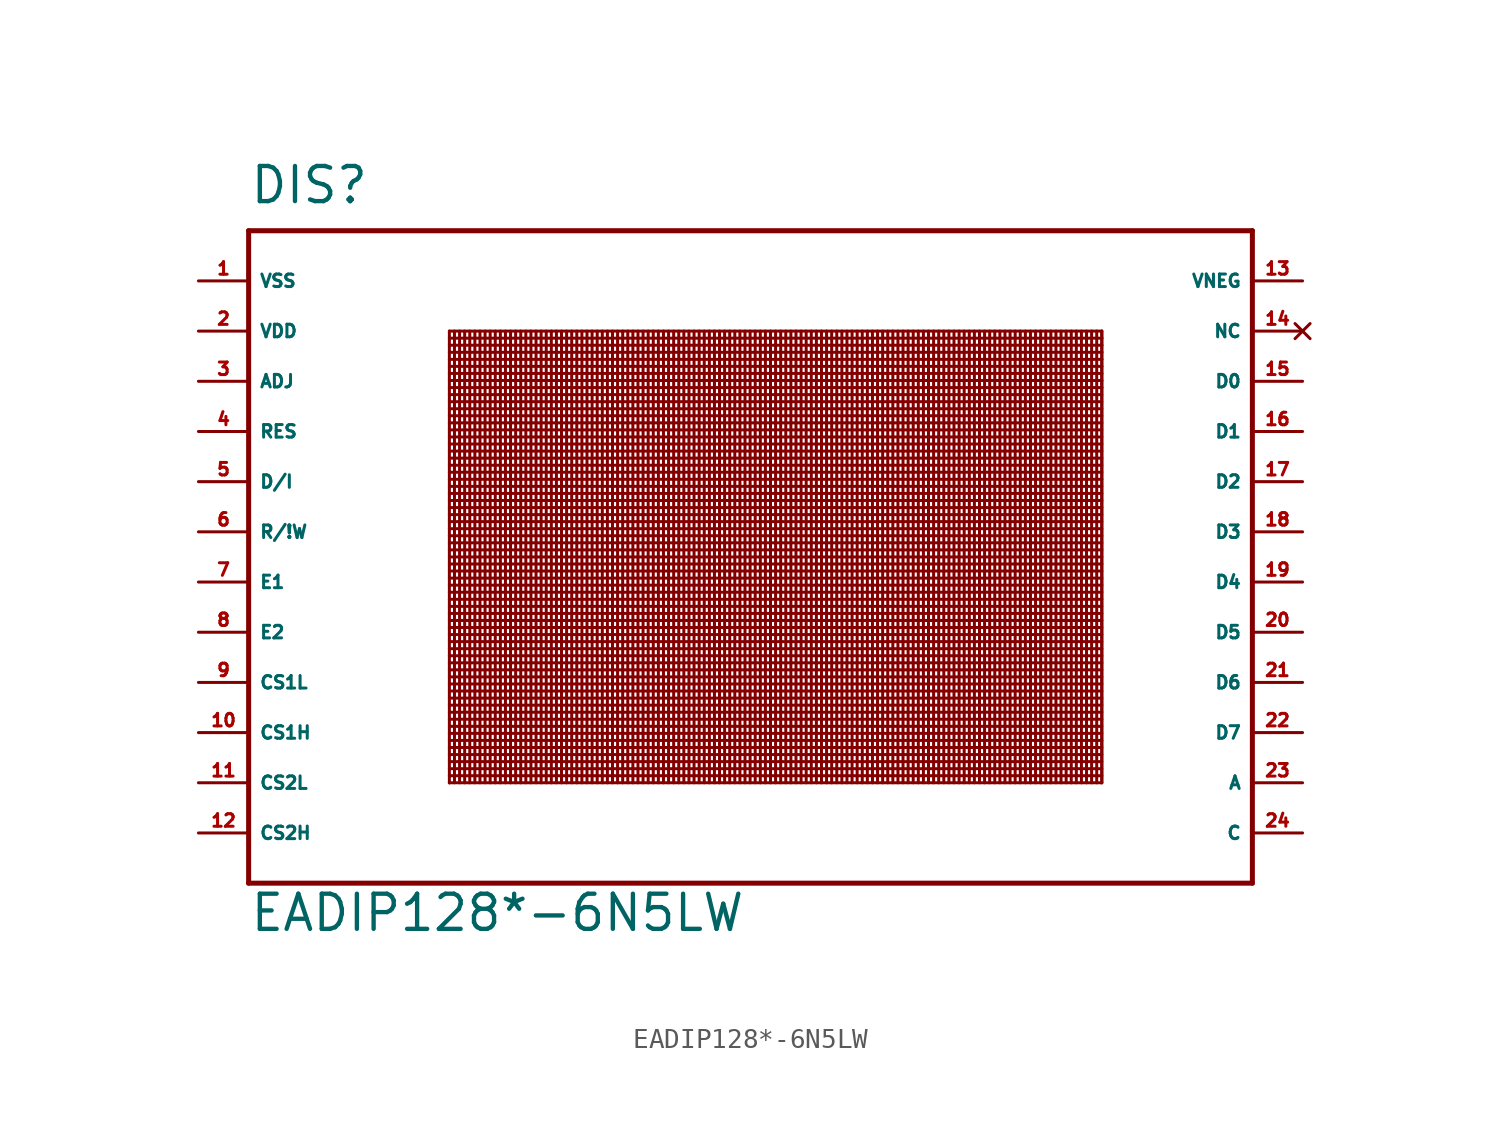
<source format=kicad_sym>
(kicad_symbol_lib
  (version 20220914)
  (generator Eagle2Kicad)
  (symbol "EADIP128*-6N5LW"
    (property "Reference" "DIS"
      (at -25.4 16.51 0)
      (effects (font (size 1.778 1.778) (thickness 0.22)) (justify left bottom)))
    (property "Value" "EADIP128*-6N5LW"
      (at -25.4 -20.32 0)
      (effects (font (size 1.778 1.778) (thickness 0.22)) (justify left bottom)))
    (polyline
      (pts (xy -25.4 15.24) (xy 25.4 15.24))
      (stroke (width 0.254) (type default))
      (fill (type none)))
    (polyline
      (pts (xy 25.4 15.24) (xy 25.4 -17.78))
      (stroke (width 0.254) (type default))
      (fill (type none)))
    (polyline
      (pts (xy 25.4 -17.78) (xy -25.4 -17.78))
      (stroke (width 0.254) (type default))
      (fill (type none)))
    (polyline
      (pts (xy -25.4 -17.78) (xy -25.4 15.24))
      (stroke (width 0.254) (type default))
      (fill (type none)))
    (polyline
      (pts (xy -15.24 10.16) (xy 17.78 10.16))
      (stroke (width 0) (type default))
      (fill (type none)))
    (polyline
      (pts (xy 17.78 10.16) (xy 17.78 9.803))
      (stroke (width 0) (type default))
      (fill (type none)))
    (polyline
      (pts (xy 17.78 9.803) (xy 17.78 9.446))
      (stroke (width 0) (type default))
      (fill (type none)))
    (polyline
      (pts (xy 17.78 9.446) (xy 17.78 9.088))
      (stroke (width 0) (type default))
      (fill (type none)))
    (polyline
      (pts (xy 17.78 9.088) (xy 17.78 8.731))
      (stroke (width 0) (type default))
      (fill (type none)))
    (polyline
      (pts (xy 17.78 8.731) (xy 17.78 8.374))
      (stroke (width 0) (type default))
      (fill (type none)))
    (polyline
      (pts (xy 17.78 8.374) (xy 17.78 8.017))
      (stroke (width 0) (type default))
      (fill (type none)))
    (polyline
      (pts (xy 17.78 8.017) (xy 17.78 7.66))
      (stroke (width 0) (type default))
      (fill (type none)))
    (polyline
      (pts (xy 17.78 7.66) (xy 17.78 7.303))
      (stroke (width 0) (type default))
      (fill (type none)))
    (polyline
      (pts (xy 17.78 -12.7) (xy -15.24 -12.7))
      (stroke (width 0) (type default))
      (fill (type none)))
    (polyline
      (pts (xy -15.24 9.803) (xy 17.78 9.803))
      (stroke (width 0) (type default))
      (fill (type none)))
    (polyline
      (pts (xy -15.24 9.446) (xy 17.78 9.446))
      (stroke (width 0) (type default))
      (fill (type none)))
    (polyline
      (pts (xy -15.24 9.088) (xy 17.78 9.088))
      (stroke (width 0) (type default))
      (fill (type none)))
    (polyline
      (pts (xy -15.24 8.731) (xy 17.78 8.731))
      (stroke (width 0) (type default))
      (fill (type none)))
    (polyline
      (pts (xy -15.24 8.374) (xy 17.78 8.374))
      (stroke (width 0) (type default))
      (fill (type none)))
    (polyline
      (pts (xy -15.24 8.017) (xy 17.78 8.017))
      (stroke (width 0) (type default))
      (fill (type none)))
    (polyline
      (pts (xy -15.24 7.66) (xy 17.78 7.66))
      (stroke (width 0) (type default))
      (fill (type none)))
    (polyline
      (pts (xy -15.24 7.303) (xy 17.78 7.303))
      (stroke (width 0) (type default))
      (fill (type none)))
    (polyline
      (pts (xy -15.24 6.945) (xy 17.78 6.945))
      (stroke (width 0) (type default))
      (fill (type none)))
    (polyline
      (pts (xy -15.24 6.588) (xy 17.78 6.588))
      (stroke (width 0) (type default))
      (fill (type none)))
    (polyline
      (pts (xy -15.24 6.231) (xy 17.78 6.231))
      (stroke (width 0) (type default))
      (fill (type none)))
    (polyline
      (pts (xy -15.24 5.874) (xy 17.78 5.874))
      (stroke (width 0) (type default))
      (fill (type none)))
    (polyline
      (pts (xy -15.24 5.516) (xy 17.78 5.516))
      (stroke (width 0) (type default))
      (fill (type none)))
    (polyline
      (pts (xy -15.24 5.159) (xy 17.78 5.159))
      (stroke (width 0) (type default))
      (fill (type none)))
    (polyline
      (pts (xy -15.24 4.802) (xy 17.78 4.802))
      (stroke (width 0) (type default))
      (fill (type none)))
    (polyline
      (pts (xy -15.24 4.445) (xy 17.78 4.445))
      (stroke (width 0) (type default))
      (fill (type none)))
    (polyline
      (pts (xy -15.24 4.088) (xy 17.78 4.088))
      (stroke (width 0) (type default))
      (fill (type none)))
    (polyline
      (pts (xy -15.24 3.731) (xy 17.78 3.731))
      (stroke (width 0) (type default))
      (fill (type none)))
    (polyline
      (pts (xy -15.24 3.373) (xy 17.78 3.373))
      (stroke (width 0) (type default))
      (fill (type none)))
    (polyline
      (pts (xy -15.24 3.016) (xy 17.78 3.016))
      (stroke (width 0) (type default))
      (fill (type none)))
    (polyline
      (pts (xy -15.24 2.659) (xy 17.78 2.659))
      (stroke (width 0) (type default))
      (fill (type none)))
    (polyline
      (pts (xy -15.24 2.302) (xy 17.78 2.302))
      (stroke (width 0) (type default))
      (fill (type none)))
    (polyline
      (pts (xy -15.24 1.945) (xy 17.78 1.945))
      (stroke (width 0) (type default))
      (fill (type none)))
    (polyline
      (pts (xy -15.24 1.587) (xy 17.78 1.587))
      (stroke (width 0) (type default))
      (fill (type none)))
    (polyline
      (pts (xy -15.24 1.23) (xy 17.78 1.23))
      (stroke (width 0) (type default))
      (fill (type none)))
    (polyline
      (pts (xy -15.24 0.873) (xy 17.78 0.873))
      (stroke (width 0) (type default))
      (fill (type none)))
    (polyline
      (pts (xy -15.24 0.516) (xy 17.78 0.516))
      (stroke (width 0) (type default))
      (fill (type none)))
    (polyline
      (pts (xy -15.24 0.159) (xy 17.78 0.159))
      (stroke (width 0) (type default))
      (fill (type none)))
    (polyline
      (pts (xy -15.24 -0.199) (xy 17.78 -0.199))
      (stroke (width 0) (type default))
      (fill (type none)))
    (polyline
      (pts (xy -15.24 -0.556) (xy 17.78 -0.556))
      (stroke (width 0) (type default))
      (fill (type none)))
    (polyline
      (pts (xy -15.24 -0.913) (xy 17.78 -0.913))
      (stroke (width 0) (type default))
      (fill (type none)))
    (polyline
      (pts (xy -15.24 -1.27) (xy 17.78 -1.27))
      (stroke (width 0) (type default))
      (fill (type none)))
    (polyline
      (pts (xy -15.24 -1.627) (xy 17.78 -1.627))
      (stroke (width 0) (type default))
      (fill (type none)))
    (polyline
      (pts (xy -15.24 -1.984) (xy 17.78 -1.984))
      (stroke (width 0) (type default))
      (fill (type none)))
    (polyline
      (pts (xy -15.24 -2.342) (xy 17.78 -2.342))
      (stroke (width 0) (type default))
      (fill (type none)))
    (polyline
      (pts (xy -15.24 -2.699) (xy 17.78 -2.699))
      (stroke (width 0) (type default))
      (fill (type none)))
    (polyline
      (pts (xy -15.24 -3.056) (xy 17.78 -3.056))
      (stroke (width 0) (type default))
      (fill (type none)))
    (polyline
      (pts (xy -15.24 -3.413) (xy 17.78 -3.413))
      (stroke (width 0) (type default))
      (fill (type none)))
    (polyline
      (pts (xy -15.24 -3.77) (xy 17.78 -3.77))
      (stroke (width 0) (type default))
      (fill (type none)))
    (polyline
      (pts (xy -15.24 -4.128) (xy 17.78 -4.128))
      (stroke (width 0) (type default))
      (fill (type none)))
    (polyline
      (pts (xy -15.24 -4.485) (xy 17.78 -4.485))
      (stroke (width 0) (type default))
      (fill (type none)))
    (polyline
      (pts (xy -15.24 -4.842) (xy 17.78 -4.842))
      (stroke (width 0) (type default))
      (fill (type none)))
    (polyline
      (pts (xy -15.24 -5.199) (xy 17.78 -5.199))
      (stroke (width 0) (type default))
      (fill (type none)))
    (polyline
      (pts (xy -15.24 -5.556) (xy 17.78 -5.556))
      (stroke (width 0) (type default))
      (fill (type none)))
    (polyline
      (pts (xy -15.24 -5.913) (xy 17.78 -5.913))
      (stroke (width 0) (type default))
      (fill (type none)))
    (polyline
      (pts (xy -15.24 -6.271) (xy 17.78 -6.271))
      (stroke (width 0) (type default))
      (fill (type none)))
    (polyline
      (pts (xy -15.24 -6.628) (xy 17.78 -6.628))
      (stroke (width 0) (type default))
      (fill (type none)))
    (polyline
      (pts (xy -15.24 -6.985) (xy 17.78 -6.985))
      (stroke (width 0) (type default))
      (fill (type none)))
    (polyline
      (pts (xy -15.24 -7.342) (xy 17.78 -7.342))
      (stroke (width 0) (type default))
      (fill (type none)))
    (polyline
      (pts (xy -15.24 -7.699) (xy 17.78 -7.699))
      (stroke (width 0) (type default))
      (fill (type none)))
    (polyline
      (pts (xy -15.24 -8.057) (xy 17.78 -8.057))
      (stroke (width 0) (type default))
      (fill (type none)))
    (polyline
      (pts (xy -15.24 -8.414) (xy 17.78 -8.414))
      (stroke (width 0) (type default))
      (fill (type none)))
    (polyline
      (pts (xy -15.24 -8.771) (xy 17.78 -8.771))
      (stroke (width 0) (type default))
      (fill (type none)))
    (polyline
      (pts (xy -15.24 -9.128) (xy 17.78 -9.128))
      (stroke (width 0) (type default))
      (fill (type none)))
    (polyline
      (pts (xy -15.24 -9.485) (xy 17.78 -9.485))
      (stroke (width 0) (type default))
      (fill (type none)))
    (polyline
      (pts (xy -15.24 -9.843) (xy 17.78 -9.843))
      (stroke (width 0) (type default))
      (fill (type none)))
    (polyline
      (pts (xy -15.24 -10.2) (xy 17.78 -10.2))
      (stroke (width 0) (type default))
      (fill (type none)))
    (polyline
      (pts (xy -15.24 -10.557) (xy 17.78 -10.557))
      (stroke (width 0) (type default))
      (fill (type none)))
    (polyline
      (pts (xy -15.24 -10.914) (xy 17.78 -10.914))
      (stroke (width 0) (type default))
      (fill (type none)))
    (polyline
      (pts (xy -15.24 -11.271) (xy 17.78 -11.271))
      (stroke (width 0) (type default))
      (fill (type none)))
    (polyline
      (pts (xy -15.24 -11.629) (xy 17.78 -11.629))
      (stroke (width 0) (type default))
      (fill (type none)))
    (polyline
      (pts (xy -15.24 -11.986) (xy 17.78 -11.986))
      (stroke (width 0) (type default))
      (fill (type none)))
    (polyline
      (pts (xy -15.24 -12.343) (xy 17.78 -12.343))
      (stroke (width 0) (type default))
      (fill (type none)))
    (polyline
      (pts (xy -15.24 -12.7) (xy -15.24 -12.7))
      (stroke (width 0) (type default))
      (fill (type none)))
    (polyline
      (pts (xy 17.78 7.303) (xy 17.78 -12.7))
      (stroke (width 0) (type default))
      (fill (type none)))
    (polyline
      (pts (xy -15.24 10.16) (xy -15.24 -12.7))
      (stroke (width 0) (type default))
      (fill (type none)))
    (polyline
      (pts (xy -14.982 10.16) (xy -14.982 -12.7))
      (stroke (width 0) (type default))
      (fill (type none)))
    (polyline
      (pts (xy -14.724 10.16) (xy -14.724 -12.7))
      (stroke (width 0) (type default))
      (fill (type none)))
    (polyline
      (pts (xy -14.466 10.16) (xy -14.466 -12.7))
      (stroke (width 0) (type default))
      (fill (type none)))
    (polyline
      (pts (xy -14.208 10.16) (xy -14.208 -12.7))
      (stroke (width 0) (type default))
      (fill (type none)))
    (polyline
      (pts (xy -13.95 10.16) (xy -13.95 -12.7))
      (stroke (width 0) (type default))
      (fill (type none)))
    (polyline
      (pts (xy -13.692 10.16) (xy -13.692 -12.7))
      (stroke (width 0) (type default))
      (fill (type none)))
    (polyline
      (pts (xy -13.434 10.16) (xy -13.434 -12.7))
      (stroke (width 0) (type default))
      (fill (type none)))
    (polyline
      (pts (xy -13.176 10.16) (xy -13.176 -12.7))
      (stroke (width 0) (type default))
      (fill (type none)))
    (polyline
      (pts (xy -12.918 10.16) (xy -12.918 -12.7))
      (stroke (width 0) (type default))
      (fill (type none)))
    (polyline
      (pts (xy -12.66 10.16) (xy -12.66 -12.7))
      (stroke (width 0) (type default))
      (fill (type none)))
    (polyline
      (pts (xy -12.402 10.16) (xy -12.402 -12.7))
      (stroke (width 0) (type default))
      (fill (type none)))
    (polyline
      (pts (xy -12.144 10.16) (xy -12.144 -12.7))
      (stroke (width 0) (type default))
      (fill (type none)))
    (polyline
      (pts (xy -11.886 10.16) (xy -11.886 -12.7))
      (stroke (width 0) (type default))
      (fill (type none)))
    (polyline
      (pts (xy -11.628 10.16) (xy -11.628 -12.7))
      (stroke (width 0) (type default))
      (fill (type none)))
    (polyline
      (pts (xy -11.37 10.16) (xy -11.37 -12.7))
      (stroke (width 0) (type default))
      (fill (type none)))
    (polyline
      (pts (xy -11.112 10.16) (xy -11.112 -12.7))
      (stroke (width 0) (type default))
      (fill (type none)))
    (polyline
      (pts (xy -10.854 10.16) (xy -10.854 -12.7))
      (stroke (width 0) (type default))
      (fill (type none)))
    (polyline
      (pts (xy -10.597 10.16) (xy -10.597 -12.7))
      (stroke (width 0) (type default))
      (fill (type none)))
    (polyline
      (pts (xy -10.338 10.16) (xy -10.338 -12.7))
      (stroke (width 0) (type default))
      (fill (type none)))
    (polyline
      (pts (xy -10.081 10.16) (xy -10.081 -12.7))
      (stroke (width 0) (type default))
      (fill (type none)))
    (polyline
      (pts (xy -9.823 10.16) (xy -9.823 -12.7))
      (stroke (width 0) (type default))
      (fill (type none)))
    (polyline
      (pts (xy -9.565 10.16) (xy -9.565 -12.7))
      (stroke (width 0) (type default))
      (fill (type none)))
    (polyline
      (pts (xy -9.307 10.16) (xy -9.307 -12.7))
      (stroke (width 0) (type default))
      (fill (type none)))
    (polyline
      (pts (xy -9.049 10.16) (xy -9.049 -12.7))
      (stroke (width 0) (type default))
      (fill (type none)))
    (polyline
      (pts (xy -8.791 10.16) (xy -8.791 -12.7))
      (stroke (width 0) (type default))
      (fill (type none)))
    (polyline
      (pts (xy -8.533 10.16) (xy -8.533 -12.7))
      (stroke (width 0) (type default))
      (fill (type none)))
    (polyline
      (pts (xy -8.275 10.16) (xy -8.275 -12.7))
      (stroke (width 0) (type default))
      (fill (type none)))
    (polyline
      (pts (xy -8.017 10.16) (xy -8.017 -12.7))
      (stroke (width 0) (type default))
      (fill (type none)))
    (polyline
      (pts (xy -7.759 10.16) (xy -7.759 -12.7))
      (stroke (width 0) (type default))
      (fill (type none)))
    (polyline
      (pts (xy -7.501 10.16) (xy -7.501 -12.7))
      (stroke (width 0) (type default))
      (fill (type none)))
    (polyline
      (pts (xy -7.243 10.16) (xy -7.243 -12.7))
      (stroke (width 0) (type default))
      (fill (type none)))
    (polyline
      (pts (xy -6.985 10.16) (xy -6.985 -12.7))
      (stroke (width 0) (type default))
      (fill (type none)))
    (polyline
      (pts (xy -6.727 10.16) (xy -6.727 -12.7))
      (stroke (width 0) (type default))
      (fill (type none)))
    (polyline
      (pts (xy -6.469 10.16) (xy -6.469 -12.7))
      (stroke (width 0) (type default))
      (fill (type none)))
    (polyline
      (pts (xy -6.211 10.16) (xy -6.211 -12.7))
      (stroke (width 0) (type default))
      (fill (type none)))
    (polyline
      (pts (xy -5.953 10.16) (xy -5.953 -12.7))
      (stroke (width 0) (type default))
      (fill (type none)))
    (polyline
      (pts (xy -5.695 10.16) (xy -5.695 -12.7))
      (stroke (width 0) (type default))
      (fill (type none)))
    (polyline
      (pts (xy -5.437 10.16) (xy -5.437 -12.7))
      (stroke (width 0) (type default))
      (fill (type none)))
    (polyline
      (pts (xy -5.179 10.16) (xy -5.179 -12.7))
      (stroke (width 0) (type default))
      (fill (type none)))
    (polyline
      (pts (xy -4.921 10.16) (xy -4.921 -12.7))
      (stroke (width 0) (type default))
      (fill (type none)))
    (polyline
      (pts (xy -4.663 10.16) (xy -4.663 -12.7))
      (stroke (width 0) (type default))
      (fill (type none)))
    (polyline
      (pts (xy -4.405 10.16) (xy -4.405 -12.7))
      (stroke (width 0) (type default))
      (fill (type none)))
    (polyline
      (pts (xy -4.147 10.16) (xy -4.147 -12.7))
      (stroke (width 0) (type default))
      (fill (type none)))
    (polyline
      (pts (xy -3.889 10.16) (xy -3.889 -12.7))
      (stroke (width 0) (type default))
      (fill (type none)))
    (polyline
      (pts (xy -3.631 10.16) (xy -3.631 -12.7))
      (stroke (width 0) (type default))
      (fill (type none)))
    (polyline
      (pts (xy -3.373 10.16) (xy -3.373 -12.7))
      (stroke (width 0) (type default))
      (fill (type none)))
    (polyline
      (pts (xy -3.115 10.16) (xy -3.115 -12.7))
      (stroke (width 0) (type default))
      (fill (type none)))
    (polyline
      (pts (xy -2.857 10.16) (xy -2.857 -12.7))
      (stroke (width 0) (type default))
      (fill (type none)))
    (polyline
      (pts (xy -2.599 10.16) (xy -2.599 -12.7))
      (stroke (width 0) (type default))
      (fill (type none)))
    (polyline
      (pts (xy -2.341 10.16) (xy -2.341 -12.7))
      (stroke (width 0) (type default))
      (fill (type none)))
    (polyline
      (pts (xy -2.083 10.16) (xy -2.083 -12.7))
      (stroke (width 0) (type default))
      (fill (type none)))
    (polyline
      (pts (xy -1.825 10.16) (xy -1.825 -12.7))
      (stroke (width 0) (type default))
      (fill (type none)))
    (polyline
      (pts (xy -1.568 10.16) (xy -1.568 -12.7))
      (stroke (width 0) (type default))
      (fill (type none)))
    (polyline
      (pts (xy -1.31 10.16) (xy -1.31 -12.7))
      (stroke (width 0) (type default))
      (fill (type none)))
    (polyline
      (pts (xy -1.052 10.16) (xy -1.052 -12.7))
      (stroke (width 0) (type default))
      (fill (type none)))
    (polyline
      (pts (xy -0.794 10.16) (xy -0.794 -12.7))
      (stroke (width 0) (type default))
      (fill (type none)))
    (polyline
      (pts (xy -0.536 10.16) (xy -0.536 -12.7))
      (stroke (width 0) (type default))
      (fill (type none)))
    (polyline
      (pts (xy -0.278 10.16) (xy -0.278 -12.7))
      (stroke (width 0) (type default))
      (fill (type none)))
    (polyline
      (pts (xy -0.02 10.16) (xy -0.02 -12.7))
      (stroke (width 0) (type default))
      (fill (type none)))
    (polyline
      (pts (xy 0.238 10.16) (xy 0.238 -12.7))
      (stroke (width 0) (type default))
      (fill (type none)))
    (polyline
      (pts (xy 0.496 10.16) (xy 0.496 -12.7))
      (stroke (width 0) (type default))
      (fill (type none)))
    (polyline
      (pts (xy 0.754 10.16) (xy 0.754 -12.7))
      (stroke (width 0) (type default))
      (fill (type none)))
    (polyline
      (pts (xy 1.012 10.16) (xy 1.012 -12.7))
      (stroke (width 0) (type default))
      (fill (type none)))
    (polyline
      (pts (xy 1.27 10.16) (xy 1.27 -12.7))
      (stroke (width 0) (type default))
      (fill (type none)))
    (polyline
      (pts (xy 1.528 10.16) (xy 1.528 -12.7))
      (stroke (width 0) (type default))
      (fill (type none)))
    (polyline
      (pts (xy 1.786 10.16) (xy 1.786 -12.7))
      (stroke (width 0) (type default))
      (fill (type none)))
    (polyline
      (pts (xy 2.044 10.16) (xy 2.044 -12.7))
      (stroke (width 0) (type default))
      (fill (type none)))
    (polyline
      (pts (xy 2.302 10.16) (xy 2.302 -12.7))
      (stroke (width 0) (type default))
      (fill (type none)))
    (polyline
      (pts (xy 2.56 10.16) (xy 2.56 -12.7))
      (stroke (width 0) (type default))
      (fill (type none)))
    (polyline
      (pts (xy 2.818 10.16) (xy 2.818 -12.7))
      (stroke (width 0) (type default))
      (fill (type none)))
    (polyline
      (pts (xy 3.076 10.16) (xy 3.076 -12.7))
      (stroke (width 0) (type default))
      (fill (type none)))
    (polyline
      (pts (xy 3.334 10.16) (xy 3.334 -12.7))
      (stroke (width 0) (type default))
      (fill (type none)))
    (polyline
      (pts (xy 3.592 10.16) (xy 3.592 -12.7))
      (stroke (width 0) (type default))
      (fill (type none)))
    (polyline
      (pts (xy 3.85 10.16) (xy 3.85 -12.7))
      (stroke (width 0) (type default))
      (fill (type none)))
    (polyline
      (pts (xy 4.108 10.16) (xy 4.108 -12.7))
      (stroke (width 0) (type default))
      (fill (type none)))
    (polyline
      (pts (xy 4.366 10.16) (xy 4.366 -12.7))
      (stroke (width 0) (type default))
      (fill (type none)))
    (polyline
      (pts (xy 4.624 10.16) (xy 4.624 -12.7))
      (stroke (width 0) (type default))
      (fill (type none)))
    (polyline
      (pts (xy 4.882 10.16) (xy 4.882 -12.7))
      (stroke (width 0) (type default))
      (fill (type none)))
    (polyline
      (pts (xy 5.14 10.16) (xy 5.14 -12.7))
      (stroke (width 0) (type default))
      (fill (type none)))
    (polyline
      (pts (xy 5.398 10.16) (xy 5.398 -12.7))
      (stroke (width 0) (type default))
      (fill (type none)))
    (polyline
      (pts (xy 5.656 10.16) (xy 5.656 -12.7))
      (stroke (width 0) (type default))
      (fill (type none)))
    (polyline
      (pts (xy 5.914 10.16) (xy 5.914 -12.7))
      (stroke (width 0) (type default))
      (fill (type none)))
    (polyline
      (pts (xy 6.172 10.16) (xy 6.172 -12.7))
      (stroke (width 0) (type default))
      (fill (type none)))
    (polyline
      (pts (xy 6.43 10.16) (xy 6.43 -12.7))
      (stroke (width 0) (type default))
      (fill (type none)))
    (polyline
      (pts (xy 6.688 10.16) (xy 6.688 -12.7))
      (stroke (width 0) (type default))
      (fill (type none)))
    (polyline
      (pts (xy 6.946 10.16) (xy 6.946 -12.7))
      (stroke (width 0) (type default))
      (fill (type none)))
    (polyline
      (pts (xy 7.204 10.16) (xy 7.204 -12.7))
      (stroke (width 0) (type default))
      (fill (type none)))
    (polyline
      (pts (xy 7.462 10.16) (xy 7.462 -12.7))
      (stroke (width 0) (type default))
      (fill (type none)))
    (polyline
      (pts (xy 7.72 10.16) (xy 7.72 -12.7))
      (stroke (width 0) (type default))
      (fill (type none)))
    (polyline
      (pts (xy 7.977 10.16) (xy 7.977 -12.7))
      (stroke (width 0) (type default))
      (fill (type none)))
    (polyline
      (pts (xy 8.235 10.16) (xy 8.235 -12.7))
      (stroke (width 0) (type default))
      (fill (type none)))
    (polyline
      (pts (xy 8.493 10.16) (xy 8.493 -12.7))
      (stroke (width 0) (type default))
      (fill (type none)))
    (polyline
      (pts (xy 8.751 10.16) (xy 8.751 -12.7))
      (stroke (width 0) (type default))
      (fill (type none)))
    (polyline
      (pts (xy 9.009 10.16) (xy 9.009 -12.7))
      (stroke (width 0) (type default))
      (fill (type none)))
    (polyline
      (pts (xy 9.267 10.16) (xy 9.267 -12.7))
      (stroke (width 0) (type default))
      (fill (type none)))
    (polyline
      (pts (xy 9.525 10.16) (xy 9.525 -12.7))
      (stroke (width 0) (type default))
      (fill (type none)))
    (polyline
      (pts (xy 9.783 10.16) (xy 9.783 -12.7))
      (stroke (width 0) (type default))
      (fill (type none)))
    (polyline
      (pts (xy 10.041 10.16) (xy 10.041 -12.7))
      (stroke (width 0) (type default))
      (fill (type none)))
    (polyline
      (pts (xy 10.299 10.16) (xy 10.299 -12.7))
      (stroke (width 0) (type default))
      (fill (type none)))
    (polyline
      (pts (xy 10.557 10.16) (xy 10.557 -12.7))
      (stroke (width 0) (type default))
      (fill (type none)))
    (polyline
      (pts (xy 10.815 10.16) (xy 10.815 -12.7))
      (stroke (width 0) (type default))
      (fill (type none)))
    (polyline
      (pts (xy 11.073 10.16) (xy 11.073 -12.7))
      (stroke (width 0) (type default))
      (fill (type none)))
    (polyline
      (pts (xy 11.331 10.16) (xy 11.331 -12.7))
      (stroke (width 0) (type default))
      (fill (type none)))
    (polyline
      (pts (xy 11.589 10.16) (xy 11.589 -12.7))
      (stroke (width 0) (type default))
      (fill (type none)))
    (polyline
      (pts (xy 11.847 10.16) (xy 11.847 -12.7))
      (stroke (width 0) (type default))
      (fill (type none)))
    (polyline
      (pts (xy 12.105 10.16) (xy 12.105 -12.7))
      (stroke (width 0) (type default))
      (fill (type none)))
    (polyline
      (pts (xy 12.363 10.16) (xy 12.363 -12.7))
      (stroke (width 0) (type default))
      (fill (type none)))
    (polyline
      (pts (xy 12.621 10.16) (xy 12.621 -12.7))
      (stroke (width 0) (type default))
      (fill (type none)))
    (polyline
      (pts (xy 12.879 10.16) (xy 12.879 -12.7))
      (stroke (width 0) (type default))
      (fill (type none)))
    (polyline
      (pts (xy 13.137 10.16) (xy 13.137 -12.7))
      (stroke (width 0) (type default))
      (fill (type none)))
    (polyline
      (pts (xy 13.395 10.16) (xy 13.395 -12.7))
      (stroke (width 0) (type default))
      (fill (type none)))
    (polyline
      (pts (xy 13.653 10.16) (xy 13.653 -12.7))
      (stroke (width 0) (type default))
      (fill (type none)))
    (polyline
      (pts (xy 13.911 10.16) (xy 13.911 -12.7))
      (stroke (width 0) (type default))
      (fill (type none)))
    (polyline
      (pts (xy 14.169 10.16) (xy 14.169 -12.7))
      (stroke (width 0) (type default))
      (fill (type none)))
    (polyline
      (pts (xy 14.427 10.16) (xy 14.427 -12.7))
      (stroke (width 0) (type default))
      (fill (type none)))
    (polyline
      (pts (xy 14.685 10.16) (xy 14.685 -12.7))
      (stroke (width 0) (type default))
      (fill (type none)))
    (polyline
      (pts (xy 14.943 10.16) (xy 14.943 -12.7))
      (stroke (width 0) (type default))
      (fill (type none)))
    (polyline
      (pts (xy 15.201 10.16) (xy 15.201 -12.7))
      (stroke (width 0) (type default))
      (fill (type none)))
    (polyline
      (pts (xy 15.459 10.16) (xy 15.459 -12.7))
      (stroke (width 0) (type default))
      (fill (type none)))
    (polyline
      (pts (xy 15.716 10.16) (xy 15.716 -12.7))
      (stroke (width 0) (type default))
      (fill (type none)))
    (polyline
      (pts (xy 15.975 10.16) (xy 15.975 -12.7))
      (stroke (width 0) (type default))
      (fill (type none)))
    (polyline
      (pts (xy 16.233 10.16) (xy 16.233 -12.7))
      (stroke (width 0) (type default))
      (fill (type none)))
    (polyline
      (pts (xy 16.49 10.16) (xy 16.49 -12.7))
      (stroke (width 0) (type default))
      (fill (type none)))
    (polyline
      (pts (xy 16.748 10.16) (xy 16.748 -12.7))
      (stroke (width 0) (type default))
      (fill (type none)))
    (polyline
      (pts (xy 17.006 10.16) (xy 17.006 -12.7))
      (stroke (width 0) (type default))
      (fill (type none)))
    (polyline
      (pts (xy 17.264 10.16) (xy 17.264 -12.7))
      (stroke (width 0) (type default))
      (fill (type none)))
    (polyline
      (pts (xy 17.522 10.16) (xy 17.522 -12.7))
      (stroke (width 0) (type default))
      (fill (type none)))
    (polyline
      (pts (xy 17.78 10.16) (xy 17.78 -12.7))
      (stroke (width 0) (type default))
      (fill (type none)))
    (pin unspecified line
      (at -27.94 12.7 0)
      (length 2.54)
      (name "VSS" (effects (font (size 0.635 0.635) (thickness 0.08)) (justify left bottom)))
      (number "1" (effects (font (size 0.635 0.635) (thickness 0.08)) (justify left bottom))))
    (pin unspecified line
      (at -27.94 10.16 0)
      (length 2.54)
      (name "VDD" (effects (font (size 0.635 0.635) (thickness 0.08)) (justify left bottom)))
      (number "2" (effects (font (size 0.635 0.635) (thickness 0.08)) (justify left bottom))))
    (pin input line
      (at -27.94 7.62 0)
      (length 2.54)
      (name "ADJ" (effects (font (size 0.635 0.635) (thickness 0.08)) (justify left bottom)))
      (number "3" (effects (font (size 0.635 0.635) (thickness 0.08)) (justify left bottom))))
    (pin input line
      (at -27.94 5.08 0)
      (length 2.54)
      (name "RES" (effects (font (size 0.635 0.635) (thickness 0.08)) (justify left bottom)))
      (number "4" (effects (font (size 0.635 0.635) (thickness 0.08)) (justify left bottom))))
    (pin input line
      (at -27.94 2.54 0)
      (length 2.54)
      (name "D/I" (effects (font (size 0.635 0.635) (thickness 0.08)) (justify left bottom)))
      (number "5" (effects (font (size 0.635 0.635) (thickness 0.08)) (justify left bottom))))
    (pin input line
      (at -27.94 0 0)
      (length 2.54)
      (name "R/!W" (effects (font (size 0.635 0.635) (thickness 0.08)) (justify left bottom)))
      (number "6" (effects (font (size 0.635 0.635) (thickness 0.08)) (justify left bottom))))
    (pin input line
      (at -27.94 -2.54 0)
      (length 2.54)
      (name "E1" (effects (font (size 0.635 0.635) (thickness 0.08)) (justify left bottom)))
      (number "7" (effects (font (size 0.635 0.635) (thickness 0.08)) (justify left bottom))))
    (pin input line
      (at -27.94 -5.08 0)
      (length 2.54)
      (name "E2" (effects (font (size 0.635 0.635) (thickness 0.08)) (justify left bottom)))
      (number "8" (effects (font (size 0.635 0.635) (thickness 0.08)) (justify left bottom))))
    (pin input line
      (at -27.94 -7.62 0)
      (length 2.54)
      (name "CS1L" (effects (font (size 0.635 0.635) (thickness 0.08)) (justify left bottom)))
      (number "9" (effects (font (size 0.635 0.635) (thickness 0.08)) (justify left bottom))))
    (pin input line
      (at -27.94 -10.16 0)
      (length 2.54)
      (name "CS1H" (effects (font (size 0.635 0.635) (thickness 0.08)) (justify left bottom)))
      (number "10" (effects (font (size 0.635 0.635) (thickness 0.08)) (justify left bottom))))
    (pin input line
      (at -27.94 -12.7 0)
      (length 2.54)
      (name "CS2L" (effects (font (size 0.635 0.635) (thickness 0.08)) (justify left bottom)))
      (number "11" (effects (font (size 0.635 0.635) (thickness 0.08)) (justify left bottom))))
    (pin input line
      (at -27.94 -15.24 0)
      (length 2.54)
      (name "CS2H" (effects (font (size 0.635 0.635) (thickness 0.08)) (justify left bottom)))
      (number "12" (effects (font (size 0.635 0.635) (thickness 0.08)) (justify left bottom))))
    (pin passive line
      (at 27.94 12.7 180)
      (length 2.54)
      (name "VNEG" (effects (font (size 0.635 0.635) (thickness 0.08)) (justify left bottom)))
      (number "13" (effects (font (size 0.635 0.635) (thickness 0.08)) (justify left bottom))))
    (pin no_connect line
      (at 27.94 10.16 180)
      (length 2.54)
      (name "NC" (effects (font (size 0.635 0.635) (thickness 0.08)) (justify left bottom) hide))
      (number "14" (effects (font (size 0.635 0.635) (thickness 0.08)) (justify left bottom) hide)))
    (pin bidirectional line
      (at 27.94 7.62 180)
      (length 2.54)
      (name "D0" (effects (font (size 0.635 0.635) (thickness 0.08)) (justify left bottom)))
      (number "15" (effects (font (size 0.635 0.635) (thickness 0.08)) (justify left bottom))))
    (pin bidirectional line
      (at 27.94 5.08 180)
      (length 2.54)
      (name "D1" (effects (font (size 0.635 0.635) (thickness 0.08)) (justify left bottom)))
      (number "16" (effects (font (size 0.635 0.635) (thickness 0.08)) (justify left bottom))))
    (pin bidirectional line
      (at 27.94 2.54 180)
      (length 2.54)
      (name "D2" (effects (font (size 0.635 0.635) (thickness 0.08)) (justify left bottom)))
      (number "17" (effects (font (size 0.635 0.635) (thickness 0.08)) (justify left bottom))))
    (pin bidirectional line
      (at 27.94 0 180)
      (length 2.54)
      (name "D3" (effects (font (size 0.635 0.635) (thickness 0.08)) (justify left bottom)))
      (number "18" (effects (font (size 0.635 0.635) (thickness 0.08)) (justify left bottom))))
    (pin bidirectional line
      (at 27.94 -2.54 180)
      (length 2.54)
      (name "D4" (effects (font (size 0.635 0.635) (thickness 0.08)) (justify left bottom)))
      (number "19" (effects (font (size 0.635 0.635) (thickness 0.08)) (justify left bottom))))
    (pin bidirectional line
      (at 27.94 -5.08 180)
      (length 2.54)
      (name "D5" (effects (font (size 0.635 0.635) (thickness 0.08)) (justify left bottom)))
      (number "20" (effects (font (size 0.635 0.635) (thickness 0.08)) (justify left bottom))))
    (pin bidirectional line
      (at 27.94 -7.62 180)
      (length 2.54)
      (name "D6" (effects (font (size 0.635 0.635) (thickness 0.08)) (justify left bottom)))
      (number "21" (effects (font (size 0.635 0.635) (thickness 0.08)) (justify left bottom))))
    (pin bidirectional line
      (at 27.94 -10.16 180)
      (length 2.54)
      (name "D7" (effects (font (size 0.635 0.635) (thickness 0.08)) (justify left bottom)))
      (number "22" (effects (font (size 0.635 0.635) (thickness 0.08)) (justify left bottom))))
    (pin passive line
      (at 27.94 -12.7 180)
      (length 2.54)
      (name "A" (effects (font (size 0.635 0.635) (thickness 0.08)) (justify left bottom)))
      (number "23" (effects (font (size 0.635 0.635) (thickness 0.08)) (justify left bottom))))
    (pin passive line
      (at 27.94 -15.24 180)
      (length 2.54)
      (name "C" (effects (font (size 0.635 0.635) (thickness 0.08)) (justify left bottom)))
      (number "24" (effects (font (size 0.635 0.635) (thickness 0.08)) (justify left bottom))))))
</source>
